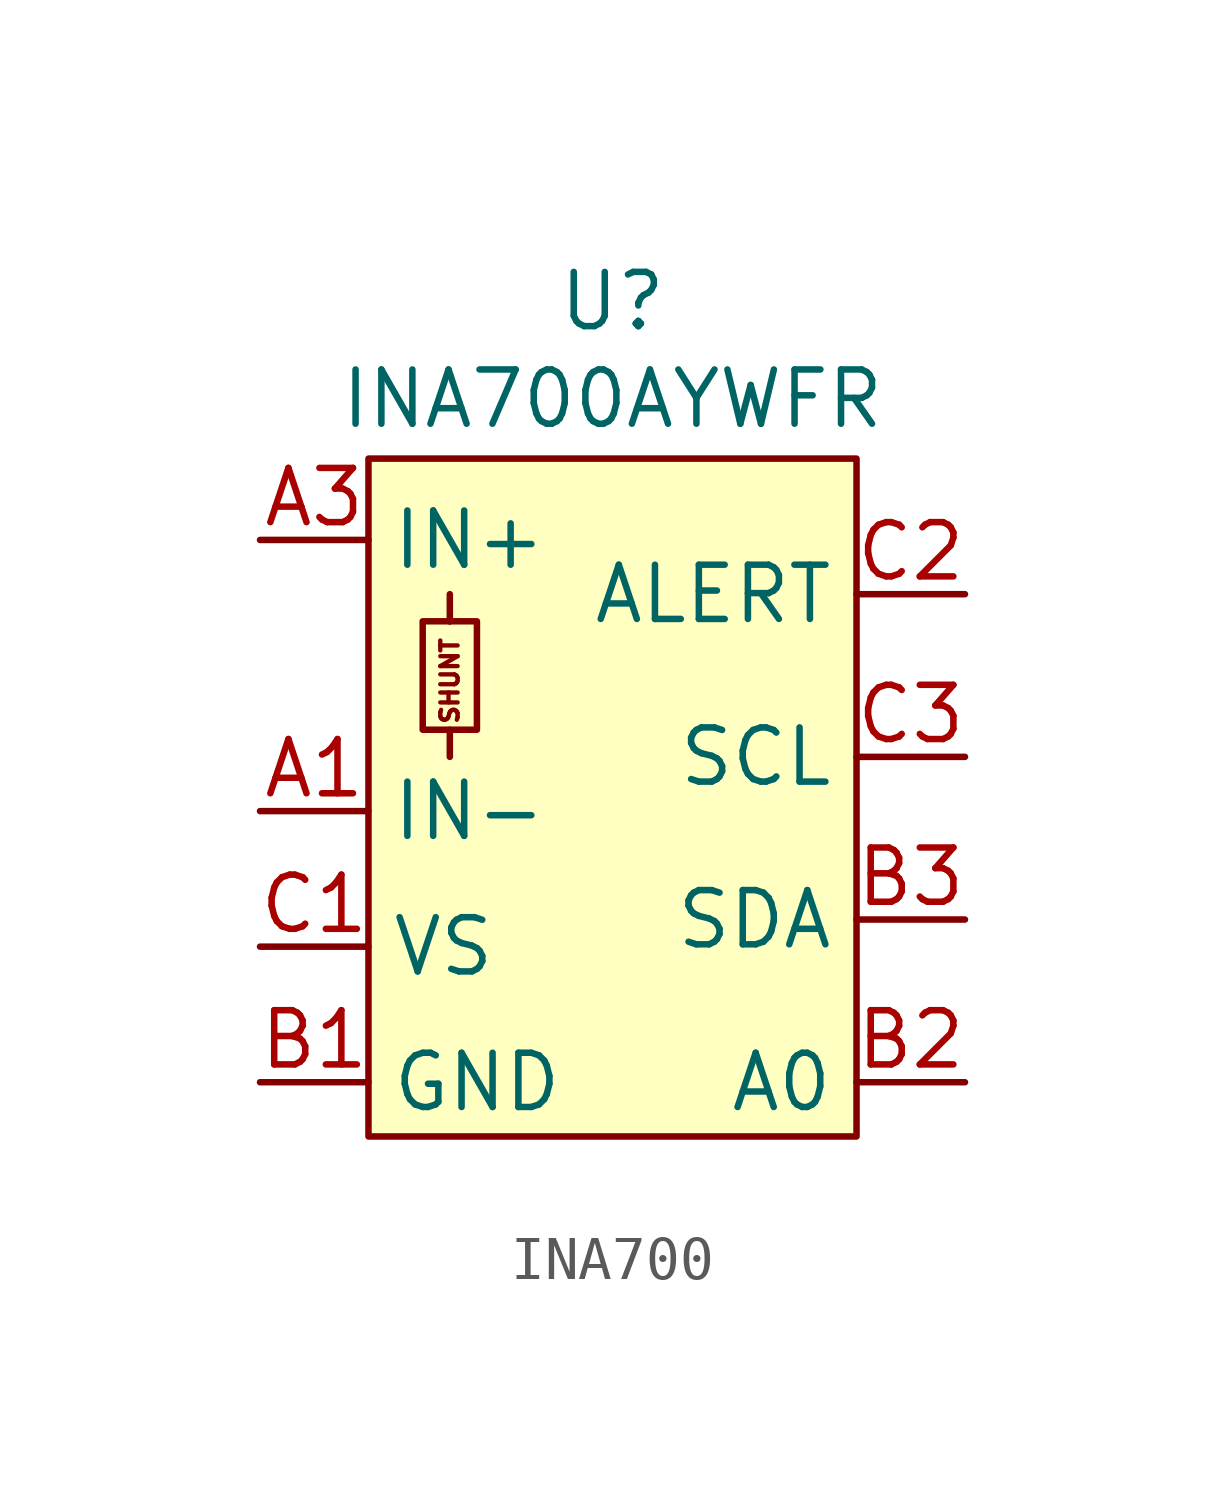
<source format=kicad_sym>
(kicad_symbol_lib
  (version 20231120)
  (generator "kicad_symbol_editor")
  (generator_version "8.0")
  (symbol "INA700"
    (property "Reference" "U"
      (at 0 11.938 0)
      (effects (font (size 1.27 1.27))))
    (property "Value" "INA700AYWFR"
      (at 0 9.652 0)
      (effects (font (size 1.27 1.27))))
    (symbol "INA700_0_1"
      (rectangle (start -5.715 8.255) (end 5.715 -7.62) (stroke (width 0) (type default)) (fill (type background)))
      (rectangle (start -4.445 4.445) (end -3.175 1.905) (stroke (width 0) (type default)) (fill (type none)))
      (polyline (pts (xy -3.81 1.905) (xy -3.81 1.27)) (stroke (width 0) (type default)) (fill (type none)))
      (polyline (pts (xy -3.81 4.445) (xy -3.81 4.445)) (stroke (width 0) (type default)) (fill (type none)))
      (polyline (pts (xy -3.81 4.445) (xy -3.81 5.08)) (stroke (width 0) (type default)) (fill (type none))))
    (symbol "INA700_1_1"
      (text "SHUNT" (at -3.81 3.048 900) (effects (font (size 0.406 0.406))))
      (pin bidirectional line (at -8.255 0 0) (length 2.54) (name "IN-" (effects (font (size 1.27 1.27)))) (number "A1" (effects (font (size 1.27 1.27)))))
      (pin bidirectional line (at -8.255 6.35 0) (length 2.54) (name "IN+" (effects (font (size 1.27 1.27)))) (number "A3" (effects (font (size 1.27 1.27)))))
      (pin power_in line (at -8.255 -6.35 0) (length 2.54) (name "GND" (effects (font (size 1.27 1.27)))) (number "B1" (effects (font (size 1.27 1.27)))))
      (pin input line (at 8.255 -6.35 180) (length 2.54) (name "A0" (effects (font (size 1.27 1.27)))) (number "B2" (effects (font (size 1.27 1.27)))))
      (pin tri_state line (at 8.255 -2.54 180) (length 2.54) (name "SDA" (effects (font (size 1.27 1.27)))) (number "B3" (effects (font (size 1.27 1.27)))))
      (pin power_in line (at -8.255 -3.175 0) (length 2.54) (name "VS" (effects (font (size 1.27 1.27)))) (number "C1" (effects (font (size 1.27 1.27)))))
      (pin output line (at 8.255 5.08 180) (length 2.54) (name "ALERT" (effects (font (size 1.27 1.27)))) (number "C2" (effects (font (size 1.27 1.27)))))
      (pin input line (at 8.255 1.27 180) (length 2.54) (name "SCL" (effects (font (size 1.27 1.27)))) (number "C3" (effects (font (size 1.27 1.27))))))))
</source>
